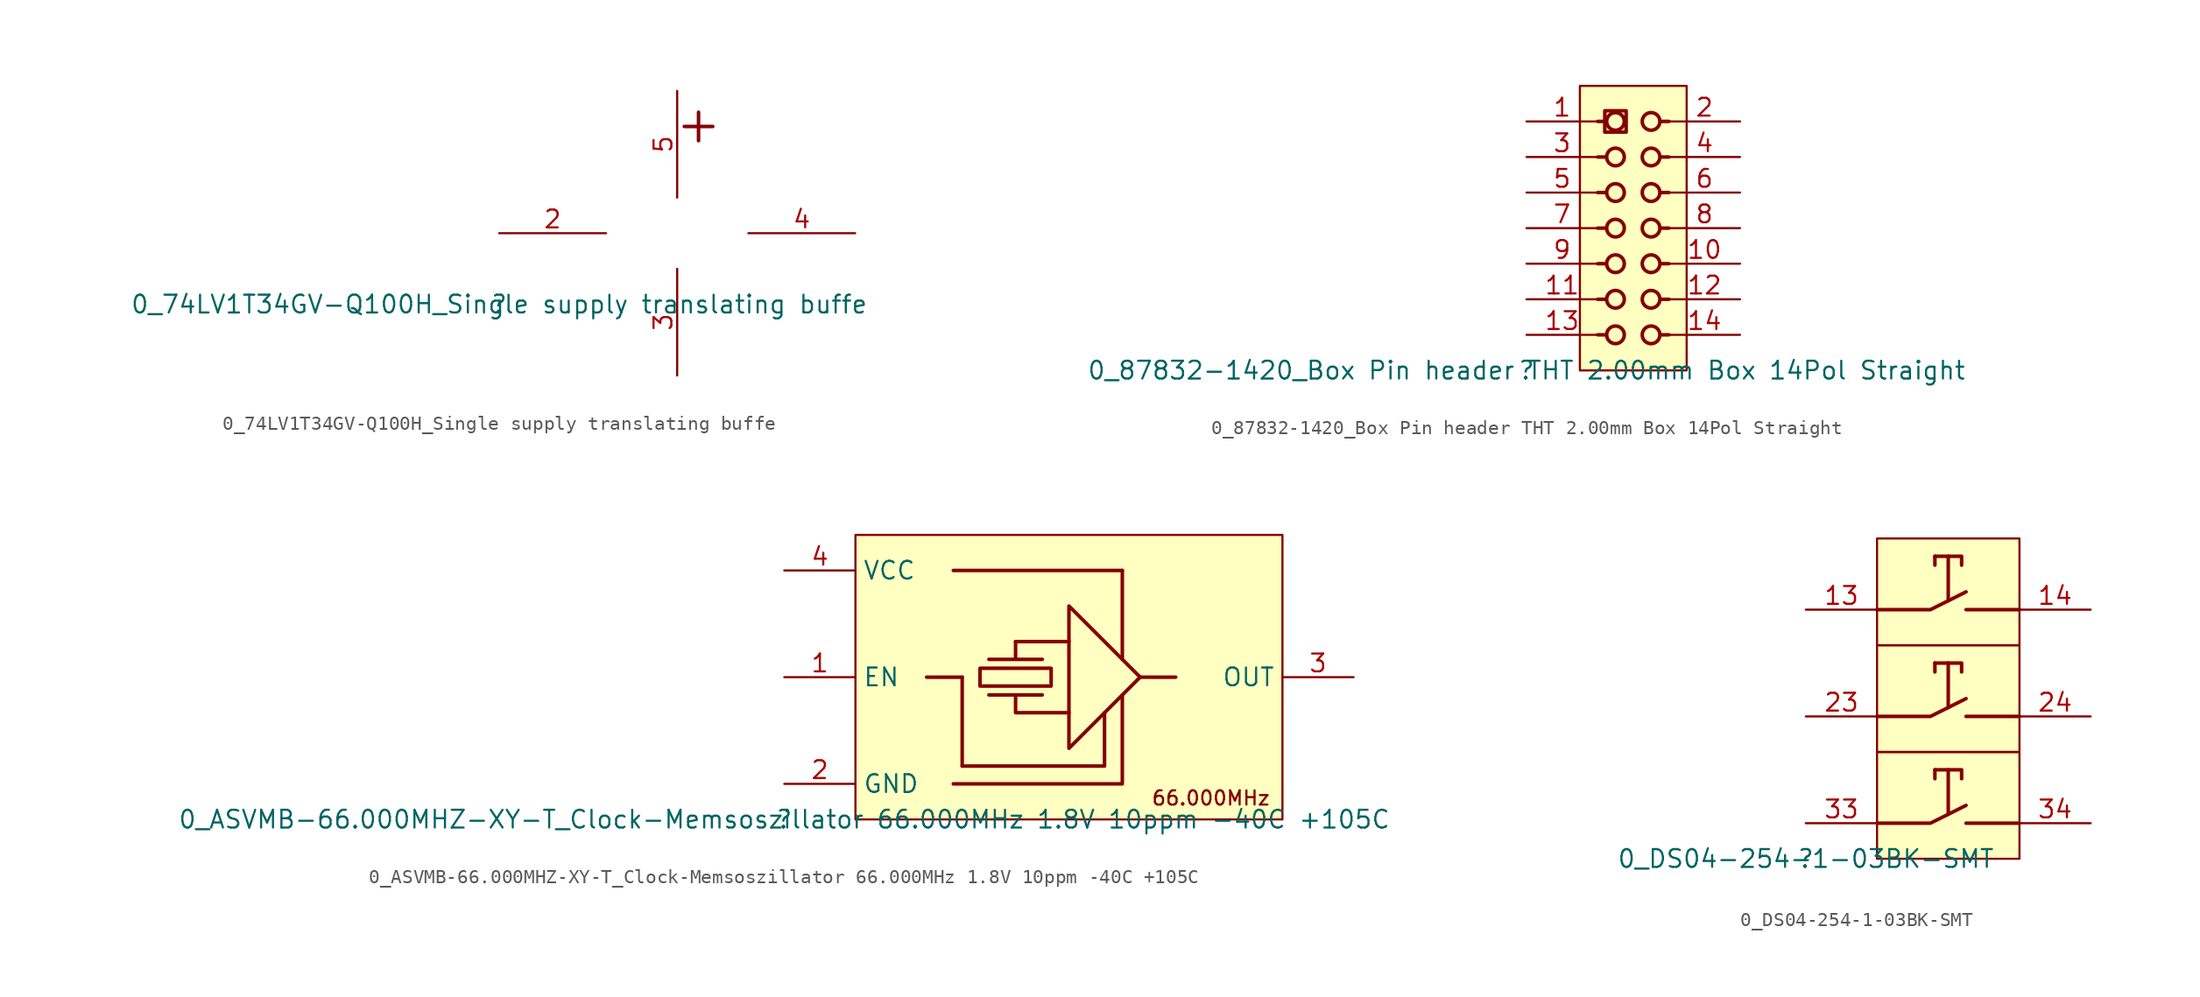
<source format=kicad_sym>
(kicad_symbol_lib
  (version 20211014)
  (generator kicad_symbol_editor)
  (symbol "0_74LV1T34GV-Q100H_Single supply translating buffe"
    (property "Reference" ""
      (at 0 0 0)
      (effects (font (size 1.27 1.27))))
    (property "Value" "0_74LV1T34GV-Q100H_Single supply translating buffe"
      (at 0 0 0)
      (effects (font (size 1.27 1.27))))
    (symbol "0_74LV1T34GV-Q100H_Single supply translating buffe_1_0"
      (polyline (pts (xy 13.208 12.7) (xy 15.24 12.7)) (stroke (width 0.254) (type default) (color 0 0 0 0)) (fill (type none)))
      (polyline (pts (xy 14.224 11.684) (xy 14.224 13.716)) (stroke (width 0.254) (type default) (color 0 0 0 0)) (fill (type none)))
      (pin passive line (at 0 5.08 0) (length 7.62) (name "A" (effects (font (size 0 0)))) (number "2" (effects (font (size 1.27 1.27)))))
      (pin passive line (at 12.7 -5.08 90) (length 7.62) (name "GND" (effects (font (size 0 0)))) (number "3" (effects (font (size 1.27 1.27)))))
      (pin passive line (at 25.4 5.08 180) (length 7.62) (name "Y" (effects (font (size 0 0)))) (number "4" (effects (font (size 1.27 1.27)))))
      (pin passive line (at 12.7 15.24 270) (length 7.62) (name "VCC" (effects (font (size 0 0)))) (number "5" (effects (font (size 1.27 1.27)))))))
  (symbol "0_87832-1420_Box Pin header THT 2.00mm Box 14Pol Straight"
    (property "Reference" ""
      (at 0 0 0)
      (effects (font (size 1.27 1.27))))
    (property "Value" "0_87832-1420_Box Pin header THT 2.00mm Box 14Pol Straight"
      (at 0 0 0)
      (effects (font (size 1.27 1.27))))
    (symbol "0_87832-1420_Box Pin header THT 2.00mm Box 14Pol Straight_1_0"
      (polyline (pts (xy 5.08 2.54) (xy 5.588 2.54)) (stroke (width 0.254) (type default) (color 0 0 0 0)) (fill (type none)))
      (polyline (pts (xy 5.08 5.08) (xy 5.588 5.08)) (stroke (width 0.254) (type default) (color 0 0 0 0)) (fill (type none)))
      (polyline (pts (xy 5.08 7.62) (xy 5.588 7.62)) (stroke (width 0.254) (type default) (color 0 0 0 0)) (fill (type none)))
      (polyline (pts (xy 5.08 10.16) (xy 5.588 10.16)) (stroke (width 0.254) (type default) (color 0 0 0 0)) (fill (type none)))
      (polyline (pts (xy 5.08 12.7) (xy 5.588 12.7)) (stroke (width 0.254) (type default) (color 0 0 0 0)) (fill (type none)))
      (polyline (pts (xy 5.08 15.24) (xy 5.588 15.24)) (stroke (width 0.254) (type default) (color 0 0 0 0)) (fill (type none)))
      (polyline (pts (xy 5.08 17.78) (xy 5.588 17.78)) (stroke (width 0.254) (type default) (color 0 0 0 0)) (fill (type none)))
      (polyline (pts (xy 10.16 2.54) (xy 9.652 2.54)) (stroke (width 0.254) (type default) (color 0 0 0 0)) (fill (type none)))
      (polyline (pts (xy 10.16 5.08) (xy 9.652 5.08)) (stroke (width 0.254) (type default) (color 0 0 0 0)) (fill (type none)))
      (polyline (pts (xy 10.16 7.62) (xy 9.652 7.62)) (stroke (width 0.254) (type default) (color 0 0 0 0)) (fill (type none)))
      (polyline (pts (xy 10.16 10.16) (xy 9.652 10.16)) (stroke (width 0.254) (type default) (color 0 0 0 0)) (fill (type none)))
      (polyline (pts (xy 10.16 12.7) (xy 9.652 12.7)) (stroke (width 0.254) (type default) (color 0 0 0 0)) (fill (type none)))
      (polyline (pts (xy 10.16 15.24) (xy 9.652 15.24)) (stroke (width 0.254) (type default) (color 0 0 0 0)) (fill (type none)))
      (polyline (pts (xy 10.16 17.78) (xy 9.652 17.78)) (stroke (width 0.254) (type default) (color 0 0 0 0)) (fill (type none)))
      (polyline (pts (xy 5.588 18.542) (xy 7.112 18.542) (xy 7.112 17.018) (xy 5.588 17.018) (xy 5.588 18.542)) (stroke (width 0.254) (type default) (color 0 0 0 0)) (fill (type none)))
      (circle (center 6.35 2.54) (radius 0.63) (stroke (width 0.254) (type default) (color 0 0 0 0)) (fill (type none)))
      (circle (center 6.35 5.08) (radius 0.63) (stroke (width 0.254) (type default) (color 0 0 0 0)) (fill (type none)))
      (circle (center 6.35 7.62) (radius 0.63) (stroke (width 0.254) (type default) (color 0 0 0 0)) (fill (type none)))
      (circle (center 6.35 10.16) (radius 0.63) (stroke (width 0.254) (type default) (color 0 0 0 0)) (fill (type none)))
      (circle (center 6.35 12.7) (radius 0.63) (stroke (width 0.254) (type default) (color 0 0 0 0)) (fill (type none)))
      (circle (center 6.35 15.24) (radius 0.63) (stroke (width 0.254) (type default) (color 0 0 0 0)) (fill (type none)))
      (circle (center 6.35 17.78) (radius 0.63) (stroke (width 0.254) (type default) (color 0 0 0 0)) (fill (type none)))
      (circle (center 8.89 2.54) (radius 0.63) (stroke (width 0.254) (type default) (color 0 0 0 0)) (fill (type none)))
      (circle (center 8.89 5.08) (radius 0.63) (stroke (width 0.254) (type default) (color 0 0 0 0)) (fill (type none)))
      (circle (center 8.89 7.62) (radius 0.63) (stroke (width 0.254) (type default) (color 0 0 0 0)) (fill (type none)))
      (circle (center 8.89 10.16) (radius 0.63) (stroke (width 0.254) (type default) (color 0 0 0 0)) (fill (type none)))
      (circle (center 8.89 12.7) (radius 0.63) (stroke (width 0.254) (type default) (color 0 0 0 0)) (fill (type none)))
      (circle (center 8.89 15.24) (radius 0.63) (stroke (width 0.254) (type default) (color 0 0 0 0)) (fill (type none)))
      (circle (center 8.89 17.78) (radius 0.63) (stroke (width 0.254) (type default) (color 0 0 0 0)) (fill (type none)))
      (rectangle (start 11.43 20.32) (end 3.81 0) (stroke (width 0) (type default) (color 0 0 0 0)) (fill (type background)))
      (pin passive line (at 0 17.78 0) (length 5.08) (name "1" (effects (font (size 0 0)))) (number "1" (effects (font (size 1.27 1.27)))))
      (pin passive line (at 15.24 7.62 180) (length 5.08) (name "10" (effects (font (size 0 0)))) (number "10" (effects (font (size 1.27 1.27)))))
      (pin passive line (at 0 5.08 0) (length 5.08) (name "11" (effects (font (size 0 0)))) (number "11" (effects (font (size 1.27 1.27)))))
      (pin passive line (at 15.24 5.08 180) (length 5.08) (name "12" (effects (font (size 0 0)))) (number "12" (effects (font (size 1.27 1.27)))))
      (pin passive line (at 0 2.54 0) (length 5.08) (name "13" (effects (font (size 0 0)))) (number "13" (effects (font (size 1.27 1.27)))))
      (pin passive line (at 15.24 2.54 180) (length 5.08) (name "14" (effects (font (size 0 0)))) (number "14" (effects (font (size 1.27 1.27)))))
      (pin passive line (at 15.24 17.78 180) (length 5.08) (name "2" (effects (font (size 0 0)))) (number "2" (effects (font (size 1.27 1.27)))))
      (pin passive line (at 0 15.24 0) (length 5.08) (name "3" (effects (font (size 0 0)))) (number "3" (effects (font (size 1.27 1.27)))))
      (pin passive line (at 15.24 15.24 180) (length 5.08) (name "4" (effects (font (size 0 0)))) (number "4" (effects (font (size 1.27 1.27)))))
      (pin passive line (at 0 12.7 0) (length 5.08) (name "5" (effects (font (size 0 0)))) (number "5" (effects (font (size 1.27 1.27)))))
      (pin passive line (at 15.24 12.7 180) (length 5.08) (name "6" (effects (font (size 0 0)))) (number "6" (effects (font (size 1.27 1.27)))))
      (pin passive line (at 0 10.16 0) (length 5.08) (name "7" (effects (font (size 0 0)))) (number "7" (effects (font (size 1.27 1.27)))))
      (pin passive line (at 15.24 10.16 180) (length 5.08) (name "8" (effects (font (size 0 0)))) (number "8" (effects (font (size 1.27 1.27)))))
      (pin passive line (at 0 7.62 0) (length 5.08) (name "9" (effects (font (size 0 0)))) (number "9" (effects (font (size 1.27 1.27)))))))
  (symbol "0_ASVMB-66.000MHZ-XY-T_Clock-Memsoszillator 66.000MHz 1.8V 10ppm -40C +105C"
    (property "Reference" ""
      (at 0 0 0)
      (effects (font (size 1.27 1.27))))
    (property "Value" "0_ASVMB-66.000MHZ-XY-T_Clock-Memsoszillator 66.000MHz 1.8V 10ppm -40C +105C"
      (at 0 0 0)
      (effects (font (size 1.27 1.27))))
    (symbol "0_ASVMB-66.000MHZ-XY-T_Clock-Memsoszillator 66.000MHz 1.8V 10ppm -40C +105C_1_0"
      (polyline (pts (xy 10.16 10.16) (xy 12.7 10.16)) (stroke (width 0.254) (type default) (color 0 0 0 0)) (fill (type none)))
      (polyline (pts (xy 12.065 17.78) (xy 24.13 17.78)) (stroke (width 0.254) (type default) (color 0 0 0 0)) (fill (type none)))
      (polyline (pts (xy 12.7 3.81) (xy 12.7 10.16)) (stroke (width 0.254) (type default) (color 0 0 0 0)) (fill (type none)))
      (polyline (pts (xy 20.32 12.7) (xy 16.51 12.7)) (stroke (width 0.254) (type default) (color 0 0 0 0)) (fill (type none)))
      (polyline (pts (xy 24.13 11.43) (xy 24.13 17.78)) (stroke (width 0.254) (type default) (color 0 0 0 0)) (fill (type none)))
      (polyline (pts (xy 25.4 10.16) (xy 27.94 10.16)) (stroke (width 0.254) (type default) (color 0 0 0 0)) (fill (type none)))
      (polyline (pts (xy 12.065 2.54) (xy 24.13 2.54) (xy 24.13 8.89)) (stroke (width 0.254) (type default) (color 0 0 0 0)) (fill (type none)))
      (polyline (pts (xy 12.7 3.81) (xy 22.86 3.81) (xy 22.86 7.62)) (stroke (width 0.254) (type default) (color 0 0 0 0)) (fill (type none)))
      (polyline (pts (xy 16.51 12.7) (xy 16.51 11.43) (xy 18.415 11.43) (xy 14.605 11.43)) (stroke (width 0.254) (type default) (color 0 0 0 0)) (fill (type none)))
      (polyline (pts (xy 25.4 10.16) (xy 20.32 15.24) (xy 20.32 5.08) (xy 25.4 10.16)) (stroke (width 0.254) (type default) (color 0 0 0 0)) (fill (type none)))
      (polyline (pts (xy 13.97 9.525) (xy 19.05 9.525) (xy 19.05 10.795) (xy 13.97 10.795) (xy 13.97 9.525)) (stroke (width 0.254) (type default) (color 0 0 0 0)) (fill (type none)))
      (polyline (pts (xy 20.32 7.62) (xy 16.51 7.62) (xy 16.51 8.89) (xy 14.605 8.89) (xy 18.415 8.89)) (stroke (width 0.254) (type default) (color 0 0 0 0)) (fill (type none)))
      (rectangle (start 35.56 20.32) (end 5.08 0) (stroke (width 0) (type default) (color 0 0 0 0)) (fill (type background)))
      (text "66.000MHz" (at 26.162 1.524 0) (effects (font (size 1.016 1.016)) (justify left)))
      (pin passive line (at 0 10.16 0) (length 5.08) (name "EN" (effects (font (size 1.27 1.27)))) (number "1" (effects (font (size 1.27 1.27)))))
      (pin passive line (at 0 2.54 0) (length 5.08) (name "GND" (effects (font (size 1.27 1.27)))) (number "2" (effects (font (size 1.27 1.27)))))
      (pin passive line (at 40.64 10.16 180) (length 5.08) (name "OUT" (effects (font (size 1.27 1.27)))) (number "3" (effects (font (size 1.27 1.27)))))
      (pin passive line (at 0 17.78 0) (length 5.08) (name "VCC" (effects (font (size 1.27 1.27)))) (number "4" (effects (font (size 1.27 1.27)))))))
  (symbol "0_DS04-254-1-03BK-SMT"
    (property "Reference" ""
      (at 0 0 0)
      (effects (font (size 1.27 1.27))))
    (property "Value" "0_DS04-254-1-03BK-SMT"
      (at 0 0 0)
      (effects (font (size 1.27 1.27))))
    (symbol "0_DS04-254-1-03BK-SMT_1_0"
      (polyline (pts (xy 9.208 6.35) (xy 9.208 5.715)) (stroke (width 0.254) (type default) (color 0 0 0 0)) (fill (type none)))
      (polyline (pts (xy 9.208 13.97) (xy 9.208 13.335)) (stroke (width 0.254) (type default) (color 0 0 0 0)) (fill (type none)))
      (polyline (pts (xy 9.208 21.59) (xy 9.208 20.955)) (stroke (width 0.254) (type default) (color 0 0 0 0)) (fill (type none)))
      (polyline (pts (xy 10.16 3.175) (xy 10.16 6.35)) (stroke (width 0.254) (type default) (color 0 0 0 0)) (fill (type none)))
      (polyline (pts (xy 10.16 10.795) (xy 10.16 13.97)) (stroke (width 0.254) (type default) (color 0 0 0 0)) (fill (type none)))
      (polyline (pts (xy 10.16 18.415) (xy 10.16 21.59)) (stroke (width 0.254) (type default) (color 0 0 0 0)) (fill (type none)))
      (polyline (pts (xy 15.24 2.54) (xy 11.43 2.54)) (stroke (width 0.254) (type default) (color 0 0 0 0)) (fill (type none)))
      (polyline (pts (xy 15.24 10.16) (xy 11.43 10.16)) (stroke (width 0.254) (type default) (color 0 0 0 0)) (fill (type none)))
      (polyline (pts (xy 15.24 17.78) (xy 11.43 17.78)) (stroke (width 0.254) (type default) (color 0 0 0 0)) (fill (type none)))
      (polyline (pts (xy 5.08 2.54) (xy 8.89 2.54) (xy 11.43 3.81)) (stroke (width 0.254) (type default) (color 0 0 0 0)) (fill (type none)))
      (polyline (pts (xy 5.08 10.16) (xy 8.89 10.16) (xy 11.43 11.43)) (stroke (width 0.254) (type default) (color 0 0 0 0)) (fill (type none)))
      (polyline (pts (xy 5.08 17.78) (xy 8.89 17.78) (xy 11.43 19.05)) (stroke (width 0.254) (type default) (color 0 0 0 0)) (fill (type none)))
      (polyline (pts (xy 9.208 6.35) (xy 11.113 6.35) (xy 11.113 5.715)) (stroke (width 0.254) (type default) (color 0 0 0 0)) (fill (type none)))
      (polyline (pts (xy 9.208 13.97) (xy 11.113 13.97) (xy 11.113 13.335)) (stroke (width 0.254) (type default) (color 0 0 0 0)) (fill (type none)))
      (polyline (pts (xy 9.208 21.59) (xy 11.113 21.59) (xy 11.113 20.955)) (stroke (width 0.254) (type default) (color 0 0 0 0)) (fill (type none)))
      (rectangle (start 15.24 7.62) (end 5.08 0) (stroke (width 0) (type default) (color 0 0 0 0)) (fill (type background)))
      (rectangle (start 15.24 15.24) (end 5.08 7.62) (stroke (width 0) (type default) (color 0 0 0 0)) (fill (type background)))
      (rectangle (start 15.24 22.86) (end 5.08 15.24) (stroke (width 0) (type default) (color 0 0 0 0)) (fill (type background)))
      (pin passive line (at 0 17.78 0) (length 5.08) (name "13" (effects (font (size 0 0)))) (number "13" (effects (font (size 1.27 1.27)))))
      (pin passive line (at 20.32 17.78 180) (length 5.08) (name "14" (effects (font (size 0 0)))) (number "14" (effects (font (size 1.27 1.27)))))
      (pin passive line (at 0 10.16 0) (length 5.08) (name "23" (effects (font (size 0 0)))) (number "23" (effects (font (size 1.27 1.27)))))
      (pin passive line (at 20.32 10.16 180) (length 5.08) (name "24" (effects (font (size 0 0)))) (number "24" (effects (font (size 1.27 1.27)))))
      (pin passive line (at 0 2.54 0) (length 5.08) (name "33" (effects (font (size 0 0)))) (number "33" (effects (font (size 1.27 1.27)))))
      (pin passive line (at 20.32 2.54 180) (length 5.08) (name "34" (effects (font (size 0 0)))) (number "34" (effects (font (size 1.27 1.27))))))))
</source>
